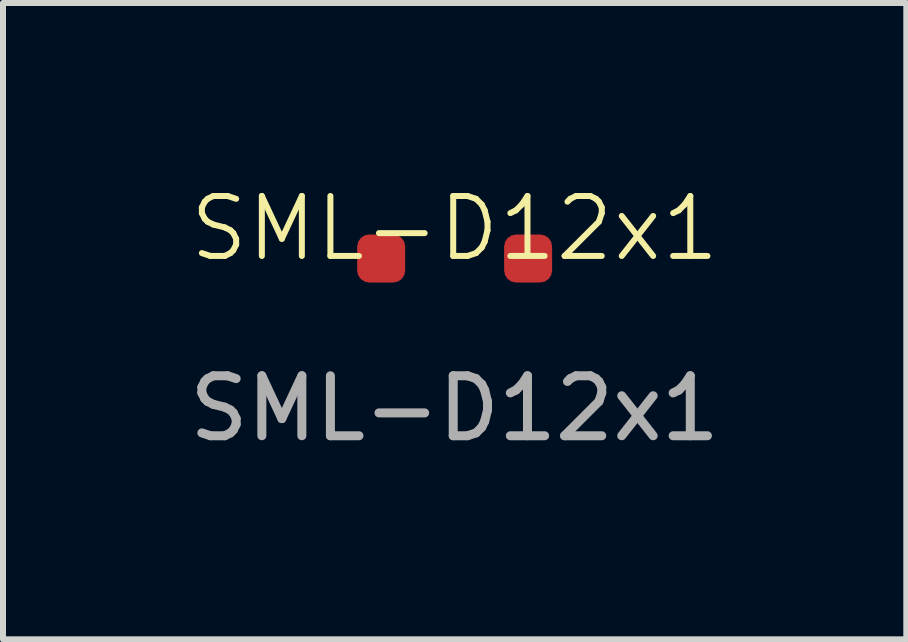
<source format=kicad_pcb>
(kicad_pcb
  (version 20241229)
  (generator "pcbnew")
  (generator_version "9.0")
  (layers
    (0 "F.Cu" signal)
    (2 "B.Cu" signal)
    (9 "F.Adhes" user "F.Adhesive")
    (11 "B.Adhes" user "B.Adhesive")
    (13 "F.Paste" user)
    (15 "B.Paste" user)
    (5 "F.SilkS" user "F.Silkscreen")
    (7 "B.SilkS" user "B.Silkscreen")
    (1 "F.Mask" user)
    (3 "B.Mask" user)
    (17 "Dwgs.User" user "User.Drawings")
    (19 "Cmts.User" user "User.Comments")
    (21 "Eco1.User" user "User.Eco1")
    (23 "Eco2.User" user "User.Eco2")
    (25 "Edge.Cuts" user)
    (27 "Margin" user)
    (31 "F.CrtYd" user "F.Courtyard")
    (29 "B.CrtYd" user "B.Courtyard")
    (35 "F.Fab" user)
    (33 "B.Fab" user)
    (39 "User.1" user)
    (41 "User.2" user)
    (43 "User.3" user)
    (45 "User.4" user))
  (footprint "SML-D12x1"
    (layer "F.Cu")
    (at 4.53 1.26)
    (property "Reference" "SML-D12x1" (at 0 -0.5 0) (unlocked yes) (layer "F.SilkS") (effects (font (size 1 1) (thickness 0.1))))
    (attr smd)
    (fp_text user "${REFERENCE}" (at 0 2.5 0) (unlocked yes) (layer "F.Fab") (effects (font (size 1 1) (thickness 0.15))))
    (pad "1" smd roundrect (at -1.225 0) (size 0.8 0.8) (layers "F.Cu" "F.Mask" "F.Paste") (roundrect_rratio 0.25))
    (pad "2" smd roundrect (at 1.225 0) (size 0.8 0.8) (layers "F.Cu" "F.Mask" "F.Paste") (roundrect_rratio 0.25)))
  (gr_rect
    (start -3 -3)
    (end 12.06 7.609)
    (stroke (width 0.1) (type default))
    (fill no)
    (layer "Edge.Cuts")))
</source>
